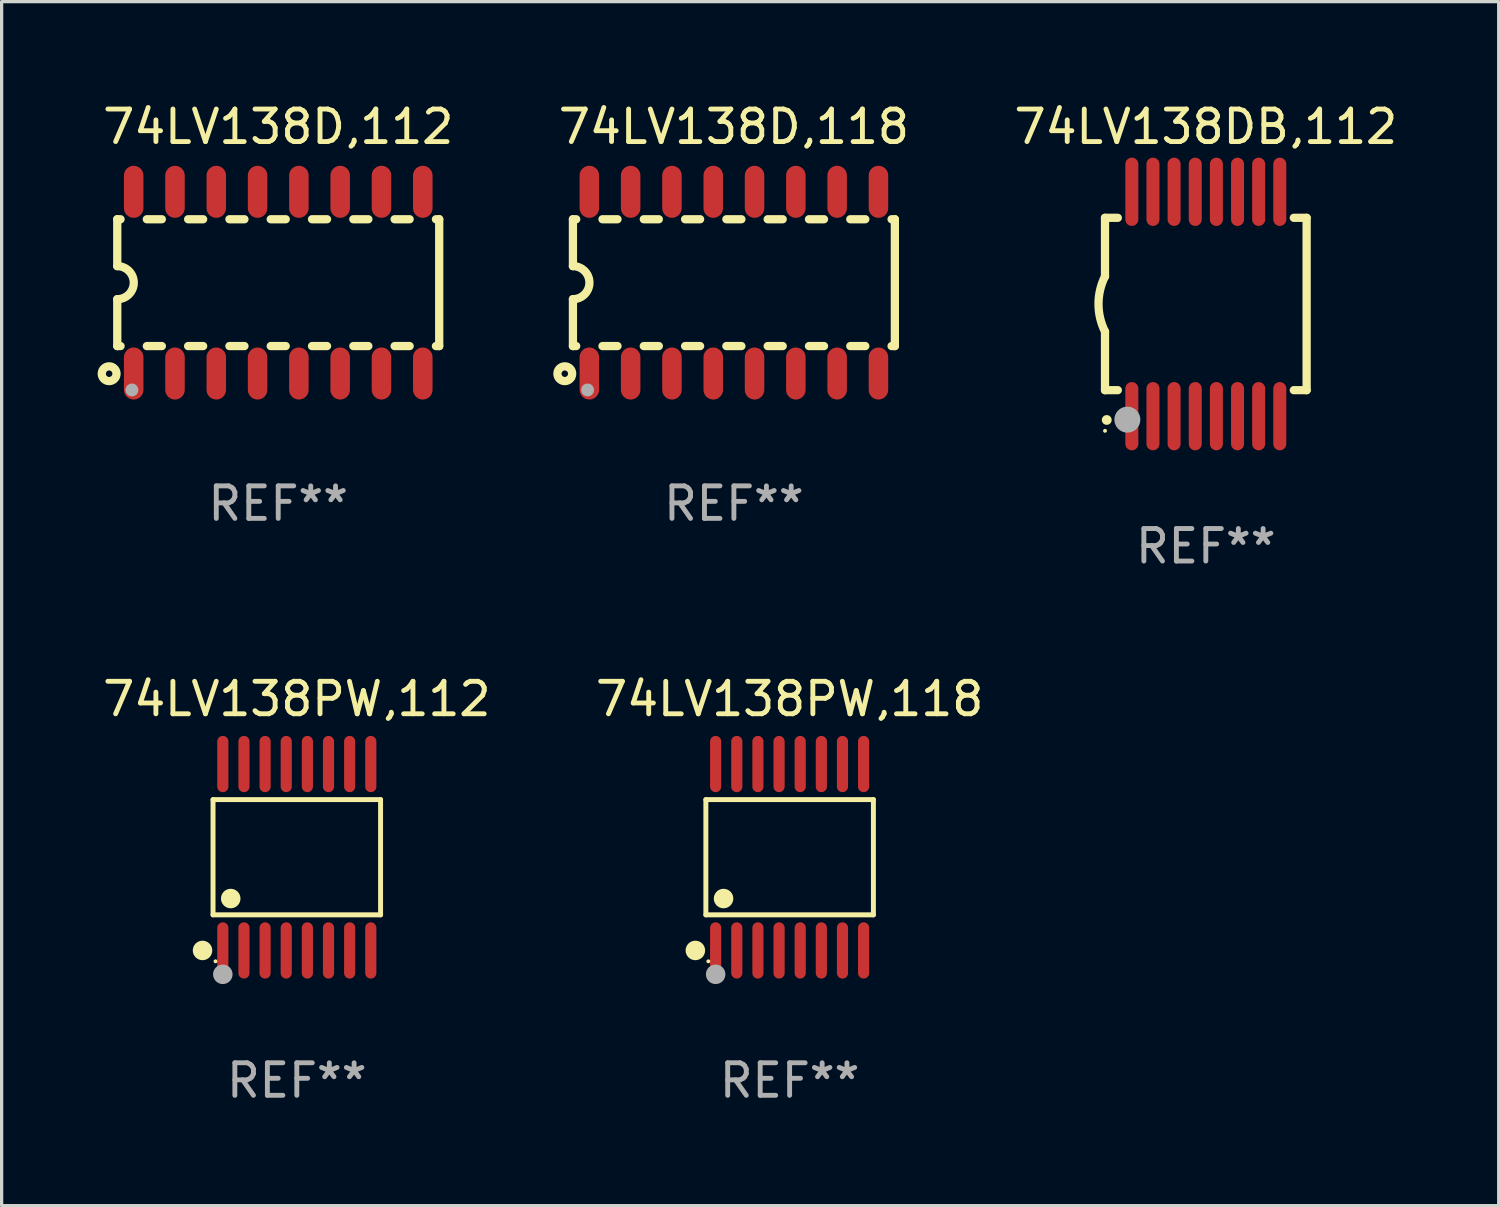
<source format=kicad_pcb>
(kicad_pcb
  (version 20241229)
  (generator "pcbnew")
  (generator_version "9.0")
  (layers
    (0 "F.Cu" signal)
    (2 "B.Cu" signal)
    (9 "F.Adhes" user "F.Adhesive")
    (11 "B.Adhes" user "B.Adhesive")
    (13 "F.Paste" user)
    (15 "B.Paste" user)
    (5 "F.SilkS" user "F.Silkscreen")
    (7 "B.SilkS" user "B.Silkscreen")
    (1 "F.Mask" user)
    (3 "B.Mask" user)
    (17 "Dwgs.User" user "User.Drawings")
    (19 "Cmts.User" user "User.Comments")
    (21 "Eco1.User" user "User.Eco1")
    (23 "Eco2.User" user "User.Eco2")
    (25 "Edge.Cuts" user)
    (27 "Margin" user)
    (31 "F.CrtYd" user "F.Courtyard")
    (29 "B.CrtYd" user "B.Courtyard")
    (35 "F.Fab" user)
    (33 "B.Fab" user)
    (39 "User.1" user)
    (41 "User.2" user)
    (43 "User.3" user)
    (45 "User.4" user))
  (footprint "74LV138PW,112"
    (layer "F.Cu")
    (at 6.077 23.311)
    (property "Reference" "74LV138PW,112" (at 0 -4.866 0) (layer "F.SilkS") (effects (font (size 1 1) (thickness 0.15))))
    (attr through_hole)
    (fp_line (start -2.576 -1.772) (end 2.576 -1.772) (stroke (width 0.152) (type solid)) (layer "F.SilkS"))
    (fp_line (start -2.576 1.771) (end -2.576 -1.772) (stroke (width 0.152) (type solid)) (layer "F.SilkS"))
    (fp_line (start 2.576 -1.772) (end 2.576 1.771) (stroke (width 0.152) (type solid)) (layer "F.SilkS"))
    (fp_line (start 2.576 1.771) (end -2.576 1.771) (stroke (width 0.152) (type solid)) (layer "F.SilkS"))
    (fp_circle (center -2.899 2.866) (end -2.749 2.866) (stroke (width 0.3) (type solid)) (fill no) (layer "F.SilkS"))
    (fp_circle (center -2.5 3.2) (end -2.47 3.2) (stroke (width 0.06) (type solid)) (fill no) (layer "F.SilkS"))
    (fp_circle (center -2.032 1.27) (end -1.882 1.27) (stroke (width 0.3) (type solid)) (fill no) (layer "F.SilkS"))
    (fp_circle (center -2.275 3.6) (end -2.125 3.6) (stroke (width 0.3) (type solid)) (fill no) (layer "F.Fab"))
    (fp_text user "REF**" (at 0 6.866 0) (layer "F.Fab") (effects (font (size 1 1) (thickness 0.15))))
    (pad "1" smd oval (at -2.275 2.866) (size 0.343 1.731) (layers "F.Cu" "F.Mask" "F.Paste"))
    (pad "2" smd oval (at -1.625 2.866) (size 0.343 1.731) (layers "F.Cu" "F.Mask" "F.Paste"))
    (pad "3" smd oval (at -0.975 2.866) (size 0.343 1.731) (layers "F.Cu" "F.Mask" "F.Paste"))
    (pad "4" smd oval (at -0.325 2.866) (size 0.343 1.731) (layers "F.Cu" "F.Mask" "F.Paste"))
    (pad "5" smd oval (at 0.325 2.866) (size 0.343 1.731) (layers "F.Cu" "F.Mask" "F.Paste"))
    (pad "6" smd oval (at 0.975 2.866) (size 0.343 1.731) (layers "F.Cu" "F.Mask" "F.Paste"))
    (pad "7" smd oval (at 1.625 2.866) (size 0.343 1.731) (layers "F.Cu" "F.Mask" "F.Paste"))
    (pad "8" smd oval (at 2.275 2.866) (size 0.343 1.731) (layers "F.Cu" "F.Mask" "F.Paste"))
    (pad "9" smd oval (at 2.275 -2.866) (size 0.343 1.731) (layers "F.Cu" "F.Mask" "F.Paste"))
    (pad "10" smd oval (at 1.625 -2.866) (size 0.343 1.731) (layers "F.Cu" "F.Mask" "F.Paste"))
    (pad "11" smd oval (at 0.975 -2.866) (size 0.343 1.731) (layers "F.Cu" "F.Mask" "F.Paste"))
    (pad "12" smd oval (at 0.325 -2.866) (size 0.343 1.731) (layers "F.Cu" "F.Mask" "F.Paste"))
    (pad "13" smd oval (at -0.325 -2.866) (size 0.343 1.731) (layers "F.Cu" "F.Mask" "F.Paste"))
    (pad "14" smd oval (at -0.975 -2.866) (size 0.343 1.731) (layers "F.Cu" "F.Mask" "F.Paste"))
    (pad "15" smd oval (at -1.625 -2.866) (size 0.343 1.731) (layers "F.Cu" "F.Mask" "F.Paste"))
    (pad "16" smd oval (at -2.275 -2.866) (size 0.343 1.731) (layers "F.Cu" "F.Mask" "F.Paste")))
  (footprint "74LV138DB,112"
    (layer "F.Cu")
    (at 34.03 6.298)
    (property "Reference" "74LV138DB,112" (at 0 -5.45 0) (layer "F.SilkS") (effects (font (size 1 1) (thickness 0.15))))
    (attr through_hole)
    (fp_line (start -3.1 -2.65) (end -3.1 -0.85) (stroke (width 0.254) (type solid)) (layer "F.SilkS"))
    (fp_line (start -3.1 -2.65) (end -2.706 -2.65) (stroke (width 0.254) (type solid)) (layer "F.SilkS"))
    (fp_line (start -3.1 2.65) (end -3.1 0.85) (stroke (width 0.254) (type solid)) (layer "F.SilkS"))
    (fp_line (start -3.1 2.65) (end -2.706 2.65) (stroke (width 0.254) (type solid)) (layer "F.SilkS"))
    (fp_line (start 2.706 -2.65) (end 3.1 -2.65) (stroke (width 0.254) (type solid)) (layer "F.SilkS"))
    (fp_line (start 2.706 2.65) (end 3.1 2.65) (stroke (width 0.254) (type solid)) (layer "F.SilkS"))
    (fp_line (start 3.1 -2.65) (end 3.1 2.65) (stroke (width 0.254) (type solid)) (layer "F.SilkS"))
    (fp_arc (start -3.098907 0.850902) (mid -3.300057 0.000523) (end -3.1 -0.850114) (stroke (width 0.254001) (type solid)) (layer "F.SilkS"))
    (fp_arc (start -3.048006 3.566066) (mid -3.046736 3.566061) (end -3.045466 3.566066) (stroke (width 0.3) (type solid)) (layer "F.SilkS"))
    (fp_circle (center -3.1 3.9) (end -3.07 3.9) (stroke (width 0.06) (type solid)) (fill no) (layer "F.SilkS"))
    (fp_circle (center -2.413 3.556) (end -2.213 3.556) (stroke (width 0.4) (type solid)) (fill no) (layer "F.Fab"))
    (fp_text user "REF**" (at 0 7.45 0) (layer "F.Fab") (effects (font (size 1 1) (thickness 0.15))))
    (pad "1" smd oval (at -2.275 3.45 180) (size 0.4 2.1) (layers "F.Cu" "F.Mask" "F.Paste"))
    (pad "2" smd oval (at -1.625 3.45 180) (size 0.4 2.1) (layers "F.Cu" "F.Mask" "F.Paste"))
    (pad "3" smd oval (at -0.975 3.45 180) (size 0.4 2.1) (layers "F.Cu" "F.Mask" "F.Paste"))
    (pad "4" smd oval (at -0.325 3.45 180) (size 0.4 2.1) (layers "F.Cu" "F.Mask" "F.Paste"))
    (pad "5" smd oval (at 0.325 3.45 180) (size 0.4 2.1) (layers "F.Cu" "F.Mask" "F.Paste"))
    (pad "6" smd oval (at 0.975 3.45 180) (size 0.4 2.1) (layers "F.Cu" "F.Mask" "F.Paste"))
    (pad "7" smd oval (at 1.625 3.45 180) (size 0.4 2.1) (layers "F.Cu" "F.Mask" "F.Paste"))
    (pad "8" smd oval (at 2.275 3.45 180) (size 0.4 2.1) (layers "F.Cu" "F.Mask" "F.Paste"))
    (pad "9" smd oval (at 2.275 -3.45 180) (size 0.4 2.1) (layers "F.Cu" "F.Mask" "F.Paste"))
    (pad "10" smd oval (at 1.625 -3.45 180) (size 0.4 2.1) (layers "F.Cu" "F.Mask" "F.Paste"))
    (pad "11" smd oval (at 0.975 -3.45 180) (size 0.4 2.1) (layers "F.Cu" "F.Mask" "F.Paste"))
    (pad "12" smd oval (at 0.325 -3.45 180) (size 0.4 2.1) (layers "F.Cu" "F.Mask" "F.Paste"))
    (pad "13" smd oval (at -0.325 -3.45 180) (size 0.4 2.1) (layers "F.Cu" "F.Mask" "F.Paste"))
    (pad "14" smd oval (at -0.975 -3.45 180) (size 0.4 2.1) (layers "F.Cu" "F.Mask" "F.Paste"))
    (pad "15" smd oval (at -1.625 -3.45 180) (size 0.4 2.1) (layers "F.Cu" "F.Mask" "F.Paste"))
    (pad "16" smd oval (at -2.275 -3.45 180) (size 0.4 2.1) (layers "F.Cu" "F.Mask" "F.Paste")))
  (footprint "74LV138PW,118"
    (layer "F.Cu")
    (at 21.232 23.311)
    (property "Reference" "74LV138PW,118" (at 0 -4.866 0) (layer "F.SilkS") (effects (font (size 1 1) (thickness 0.15))))
    (attr through_hole)
    (fp_line (start -2.576 -1.772) (end 2.576 -1.772) (stroke (width 0.152) (type solid)) (layer "F.SilkS"))
    (fp_line (start -2.576 1.771) (end -2.576 -1.772) (stroke (width 0.152) (type solid)) (layer "F.SilkS"))
    (fp_line (start 2.576 -1.772) (end 2.576 1.771) (stroke (width 0.152) (type solid)) (layer "F.SilkS"))
    (fp_line (start 2.576 1.771) (end -2.576 1.771) (stroke (width 0.152) (type solid)) (layer "F.SilkS"))
    (fp_circle (center -2.899 2.866) (end -2.749 2.866) (stroke (width 0.3) (type solid)) (fill no) (layer "F.SilkS"))
    (fp_circle (center -2.5 3.2) (end -2.47 3.2) (stroke (width 0.06) (type solid)) (fill no) (layer "F.SilkS"))
    (fp_circle (center -2.032 1.27) (end -1.882 1.27) (stroke (width 0.3) (type solid)) (fill no) (layer "F.SilkS"))
    (fp_circle (center -2.275 3.6) (end -2.125 3.6) (stroke (width 0.3) (type solid)) (fill no) (layer "F.Fab"))
    (fp_text user "REF**" (at 0 6.866 0) (layer "F.Fab") (effects (font (size 1 1) (thickness 0.15))))
    (pad "1" smd oval (at -2.275 2.866) (size 0.343 1.731) (layers "F.Cu" "F.Mask" "F.Paste"))
    (pad "2" smd oval (at -1.625 2.866) (size 0.343 1.731) (layers "F.Cu" "F.Mask" "F.Paste"))
    (pad "3" smd oval (at -0.975 2.866) (size 0.343 1.731) (layers "F.Cu" "F.Mask" "F.Paste"))
    (pad "4" smd oval (at -0.325 2.866) (size 0.343 1.731) (layers "F.Cu" "F.Mask" "F.Paste"))
    (pad "5" smd oval (at 0.325 2.866) (size 0.343 1.731) (layers "F.Cu" "F.Mask" "F.Paste"))
    (pad "6" smd oval (at 0.975 2.866) (size 0.343 1.731) (layers "F.Cu" "F.Mask" "F.Paste"))
    (pad "7" smd oval (at 1.625 2.866) (size 0.343 1.731) (layers "F.Cu" "F.Mask" "F.Paste"))
    (pad "8" smd oval (at 2.275 2.866) (size 0.343 1.731) (layers "F.Cu" "F.Mask" "F.Paste"))
    (pad "9" smd oval (at 2.275 -2.866) (size 0.343 1.731) (layers "F.Cu" "F.Mask" "F.Paste"))
    (pad "10" smd oval (at 1.625 -2.866) (size 0.343 1.731) (layers "F.Cu" "F.Mask" "F.Paste"))
    (pad "11" smd oval (at 0.975 -2.866) (size 0.343 1.731) (layers "F.Cu" "F.Mask" "F.Paste"))
    (pad "12" smd oval (at 0.325 -2.866) (size 0.343 1.731) (layers "F.Cu" "F.Mask" "F.Paste"))
    (pad "13" smd oval (at -0.325 -2.866) (size 0.343 1.731) (layers "F.Cu" "F.Mask" "F.Paste"))
    (pad "14" smd oval (at -0.975 -2.866) (size 0.343 1.731) (layers "F.Cu" "F.Mask" "F.Paste"))
    (pad "15" smd oval (at -1.625 -2.866) (size 0.343 1.731) (layers "F.Cu" "F.Mask" "F.Paste"))
    (pad "16" smd oval (at -2.275 -2.866) (size 0.343 1.731) (layers "F.Cu" "F.Mask" "F.Paste")))
  (footprint "74LV138D,118"
    (layer "F.Cu")
    (at 19.518 5.642)
    (property "Reference" "74LV138D,118" (at 0 -4.794 0) (layer "F.SilkS") (effects (font (size 1 1) (thickness 0.15))))
    (attr through_hole)
    (fp_line (start -4.95 -1.95) (end -4.95 -0.508) (stroke (width 0.254) (type solid)) (layer "F.SilkS"))
    (fp_line (start -4.95 -1.95) (end -4.849 -1.95) (stroke (width 0.254) (type solid)) (layer "F.SilkS"))
    (fp_line (start -4.95 1.95) (end -4.95 0.508) (stroke (width 0.254) (type solid)) (layer "F.SilkS"))
    (fp_line (start -4.95 1.95) (end -4.849 1.95) (stroke (width 0.254) (type solid)) (layer "F.SilkS"))
    (fp_line (start -4.041 -1.95) (end -3.579 -1.95) (stroke (width 0.254) (type solid)) (layer "F.SilkS"))
    (fp_line (start -4.041 1.95) (end -3.579 1.95) (stroke (width 0.254) (type solid)) (layer "F.SilkS"))
    (fp_line (start -2.771 -1.95) (end -2.309 -1.95) (stroke (width 0.254) (type solid)) (layer "F.SilkS"))
    (fp_line (start -2.771 1.95) (end -2.309 1.95) (stroke (width 0.254) (type solid)) (layer "F.SilkS"))
    (fp_line (start -1.501 -1.95) (end -1.039 -1.95) (stroke (width 0.254) (type solid)) (layer "F.SilkS"))
    (fp_line (start -1.501 1.95) (end -1.039 1.95) (stroke (width 0.254) (type solid)) (layer "F.SilkS"))
    (fp_line (start -0.231 -1.95) (end 0.231 -1.95) (stroke (width 0.254) (type solid)) (layer "F.SilkS"))
    (fp_line (start -0.231 1.95) (end 0.231 1.95) (stroke (width 0.254) (type solid)) (layer "F.SilkS"))
    (fp_line (start 1.039 -1.95) (end 1.501 -1.95) (stroke (width 0.254) (type solid)) (layer "F.SilkS"))
    (fp_line (start 1.039 1.95) (end 1.501 1.95) (stroke (width 0.254) (type solid)) (layer "F.SilkS"))
    (fp_line (start 2.309 -1.95) (end 2.771 -1.95) (stroke (width 0.254) (type solid)) (layer "F.SilkS"))
    (fp_line (start 2.309 1.95) (end 2.771 1.95) (stroke (width 0.254) (type solid)) (layer "F.SilkS"))
    (fp_line (start 3.579 -1.95) (end 4.041 -1.95) (stroke (width 0.254) (type solid)) (layer "F.SilkS"))
    (fp_line (start 3.579 1.95) (end 4.041 1.95) (stroke (width 0.254) (type solid)) (layer "F.SilkS"))
    (fp_line (start 4.849 -1.95) (end 4.95 -1.95) (stroke (width 0.254) (type solid)) (layer "F.SilkS"))
    (fp_line (start 4.849 1.95) (end 4.95 1.95) (stroke (width 0.254) (type solid)) (layer "F.SilkS"))
    (fp_line (start 4.95 -1.95) (end 4.95 1.95) (stroke (width 0.254) (type solid)) (layer "F.SilkS"))
    (fp_arc (start -4.95047 -0.508001) (mid -4.442469 -0.000228) (end -4.950013 0.508001) (stroke (width 0.254001) (type solid)) (layer "F.SilkS"))
    (fp_circle (center -5.2 2.8) (end -5.1 2.8) (stroke (width 0.254) (type solid)) (fill no) (layer "F.SilkS"))
    (fp_circle (center -4.95 2.947) (end -4.92 2.947) (stroke (width 0.06) (type solid)) (fill no) (layer "F.SilkS"))
    (fp_circle (center -4.5 3.3) (end -4.4 3.3) (stroke (width 0.2) (type solid)) (fill no) (layer "F.Fab"))
    (fp_text user "REF**" (at 0 6.794 0) (layer "F.Fab") (effects (font (size 1 1) (thickness 0.15))))
    (pad "1" smd oval (at -4.445 2.794) (size 0.6 1.6) (layers "F.Cu" "F.Mask" "F.Paste"))
    (pad "2" smd oval (at -3.175 2.794) (size 0.6 1.6) (layers "F.Cu" "F.Mask" "F.Paste"))
    (pad "3" smd oval (at -1.905 2.794) (size 0.6 1.6) (layers "F.Cu" "F.Mask" "F.Paste"))
    (pad "4" smd oval (at -0.635 2.794) (size 0.6 1.6) (layers "F.Cu" "F.Mask" "F.Paste"))
    (pad "5" smd oval (at 0.635 2.794) (size 0.6 1.6) (layers "F.Cu" "F.Mask" "F.Paste"))
    (pad "6" smd oval (at 1.905 2.794) (size 0.6 1.6) (layers "F.Cu" "F.Mask" "F.Paste"))
    (pad "7" smd oval (at 3.175 2.794) (size 0.6 1.6) (layers "F.Cu" "F.Mask" "F.Paste"))
    (pad "8" smd oval (at 4.445 2.794) (size 0.6 1.6) (layers "F.Cu" "F.Mask" "F.Paste"))
    (pad "9" smd oval (at 4.445 -2.794) (size 0.6 1.6) (layers "F.Cu" "F.Mask" "F.Paste"))
    (pad "10" smd oval (at 3.175 -2.794) (size 0.6 1.6) (layers "F.Cu" "F.Mask" "F.Paste"))
    (pad "11" smd oval (at 1.905 -2.794) (size 0.6 1.6) (layers "F.Cu" "F.Mask" "F.Paste"))
    (pad "12" smd oval (at 0.635 -2.794) (size 0.6 1.6) (layers "F.Cu" "F.Mask" "F.Paste"))
    (pad "13" smd oval (at -0.635 -2.794) (size 0.6 1.6) (layers "F.Cu" "F.Mask" "F.Paste"))
    (pad "14" smd oval (at -1.905 -2.794) (size 0.6 1.6) (layers "F.Cu" "F.Mask" "F.Paste"))
    (pad "15" smd oval (at -3.175 -2.794) (size 0.6 1.6) (layers "F.Cu" "F.Mask" "F.Paste"))
    (pad "16" smd oval (at -4.445 -2.794) (size 0.6 1.6) (layers "F.Cu" "F.Mask" "F.Paste")))
  (footprint "74LV138D,112"
    (layer "F.Cu")
    (at 5.506 5.642)
    (property "Reference" "74LV138D,112" (at 0 -4.794 0) (layer "F.SilkS") (effects (font (size 1 1) (thickness 0.15))))
    (attr through_hole)
    (fp_line (start -4.95 -1.95) (end -4.95 -0.508) (stroke (width 0.254) (type solid)) (layer "F.SilkS"))
    (fp_line (start -4.95 -1.95) (end -4.849 -1.95) (stroke (width 0.254) (type solid)) (layer "F.SilkS"))
    (fp_line (start -4.95 1.95) (end -4.95 0.508) (stroke (width 0.254) (type solid)) (layer "F.SilkS"))
    (fp_line (start -4.95 1.95) (end -4.849 1.95) (stroke (width 0.254) (type solid)) (layer "F.SilkS"))
    (fp_line (start -4.041 -1.95) (end -3.579 -1.95) (stroke (width 0.254) (type solid)) (layer "F.SilkS"))
    (fp_line (start -4.041 1.95) (end -3.579 1.95) (stroke (width 0.254) (type solid)) (layer "F.SilkS"))
    (fp_line (start -2.771 -1.95) (end -2.309 -1.95) (stroke (width 0.254) (type solid)) (layer "F.SilkS"))
    (fp_line (start -2.771 1.95) (end -2.309 1.95) (stroke (width 0.254) (type solid)) (layer "F.SilkS"))
    (fp_line (start -1.501 -1.95) (end -1.039 -1.95) (stroke (width 0.254) (type solid)) (layer "F.SilkS"))
    (fp_line (start -1.501 1.95) (end -1.039 1.95) (stroke (width 0.254) (type solid)) (layer "F.SilkS"))
    (fp_line (start -0.231 -1.95) (end 0.231 -1.95) (stroke (width 0.254) (type solid)) (layer "F.SilkS"))
    (fp_line (start -0.231 1.95) (end 0.231 1.95) (stroke (width 0.254) (type solid)) (layer "F.SilkS"))
    (fp_line (start 1.039 -1.95) (end 1.501 -1.95) (stroke (width 0.254) (type solid)) (layer "F.SilkS"))
    (fp_line (start 1.039 1.95) (end 1.501 1.95) (stroke (width 0.254) (type solid)) (layer "F.SilkS"))
    (fp_line (start 2.309 -1.95) (end 2.771 -1.95) (stroke (width 0.254) (type solid)) (layer "F.SilkS"))
    (fp_line (start 2.309 1.95) (end 2.771 1.95) (stroke (width 0.254) (type solid)) (layer "F.SilkS"))
    (fp_line (start 3.579 -1.95) (end 4.041 -1.95) (stroke (width 0.254) (type solid)) (layer "F.SilkS"))
    (fp_line (start 3.579 1.95) (end 4.041 1.95) (stroke (width 0.254) (type solid)) (layer "F.SilkS"))
    (fp_line (start 4.849 -1.95) (end 4.95 -1.95) (stroke (width 0.254) (type solid)) (layer "F.SilkS"))
    (fp_line (start 4.849 1.95) (end 4.95 1.95) (stroke (width 0.254) (type solid)) (layer "F.SilkS"))
    (fp_line (start 4.95 -1.95) (end 4.95 1.95) (stroke (width 0.254) (type solid)) (layer "F.SilkS"))
    (fp_arc (start -4.95047 -0.508001) (mid -4.442469 -0.000228) (end -4.950013 0.508001) (stroke (width 0.254001) (type solid)) (layer "F.SilkS"))
    (fp_circle (center -5.2 2.8) (end -5.1 2.8) (stroke (width 0.254) (type solid)) (fill no) (layer "F.SilkS"))
    (fp_circle (center -4.95 2.947) (end -4.92 2.947) (stroke (width 0.06) (type solid)) (fill no) (layer "F.SilkS"))
    (fp_circle (center -4.5 3.3) (end -4.4 3.3) (stroke (width 0.2) (type solid)) (fill no) (layer "F.Fab"))
    (fp_text user "REF**" (at 0 6.794 0) (layer "F.Fab") (effects (font (size 1 1) (thickness 0.15))))
    (pad "1" smd oval (at -4.445 2.794) (size 0.6 1.6) (layers "F.Cu" "F.Mask" "F.Paste"))
    (pad "2" smd oval (at -3.175 2.794) (size 0.6 1.6) (layers "F.Cu" "F.Mask" "F.Paste"))
    (pad "3" smd oval (at -1.905 2.794) (size 0.6 1.6) (layers "F.Cu" "F.Mask" "F.Paste"))
    (pad "4" smd oval (at -0.635 2.794) (size 0.6 1.6) (layers "F.Cu" "F.Mask" "F.Paste"))
    (pad "5" smd oval (at 0.635 2.794) (size 0.6 1.6) (layers "F.Cu" "F.Mask" "F.Paste"))
    (pad "6" smd oval (at 1.905 2.794) (size 0.6 1.6) (layers "F.Cu" "F.Mask" "F.Paste"))
    (pad "7" smd oval (at 3.175 2.794) (size 0.6 1.6) (layers "F.Cu" "F.Mask" "F.Paste"))
    (pad "8" smd oval (at 4.445 2.794) (size 0.6 1.6) (layers "F.Cu" "F.Mask" "F.Paste"))
    (pad "9" smd oval (at 4.445 -2.794) (size 0.6 1.6) (layers "F.Cu" "F.Mask" "F.Paste"))
    (pad "10" smd oval (at 3.175 -2.794) (size 0.6 1.6) (layers "F.Cu" "F.Mask" "F.Paste"))
    (pad "11" smd oval (at 1.905 -2.794) (size 0.6 1.6) (layers "F.Cu" "F.Mask" "F.Paste"))
    (pad "12" smd oval (at 0.635 -2.794) (size 0.6 1.6) (layers "F.Cu" "F.Mask" "F.Paste"))
    (pad "13" smd oval (at -0.635 -2.794) (size 0.6 1.6) (layers "F.Cu" "F.Mask" "F.Paste"))
    (pad "14" smd oval (at -1.905 -2.794) (size 0.6 1.6) (layers "F.Cu" "F.Mask" "F.Paste"))
    (pad "15" smd oval (at -3.175 -2.794) (size 0.6 1.6) (layers "F.Cu" "F.Mask" "F.Paste"))
    (pad "16" smd oval (at -4.445 -2.794) (size 0.6 1.6) (layers "F.Cu" "F.Mask" "F.Paste")))
  (gr_rect
    (start -3 -3)
    (end 43.036 34.025)
    (stroke (width 0.1) (type default))
    (fill no)
    (layer "Edge.Cuts")))
</source>
